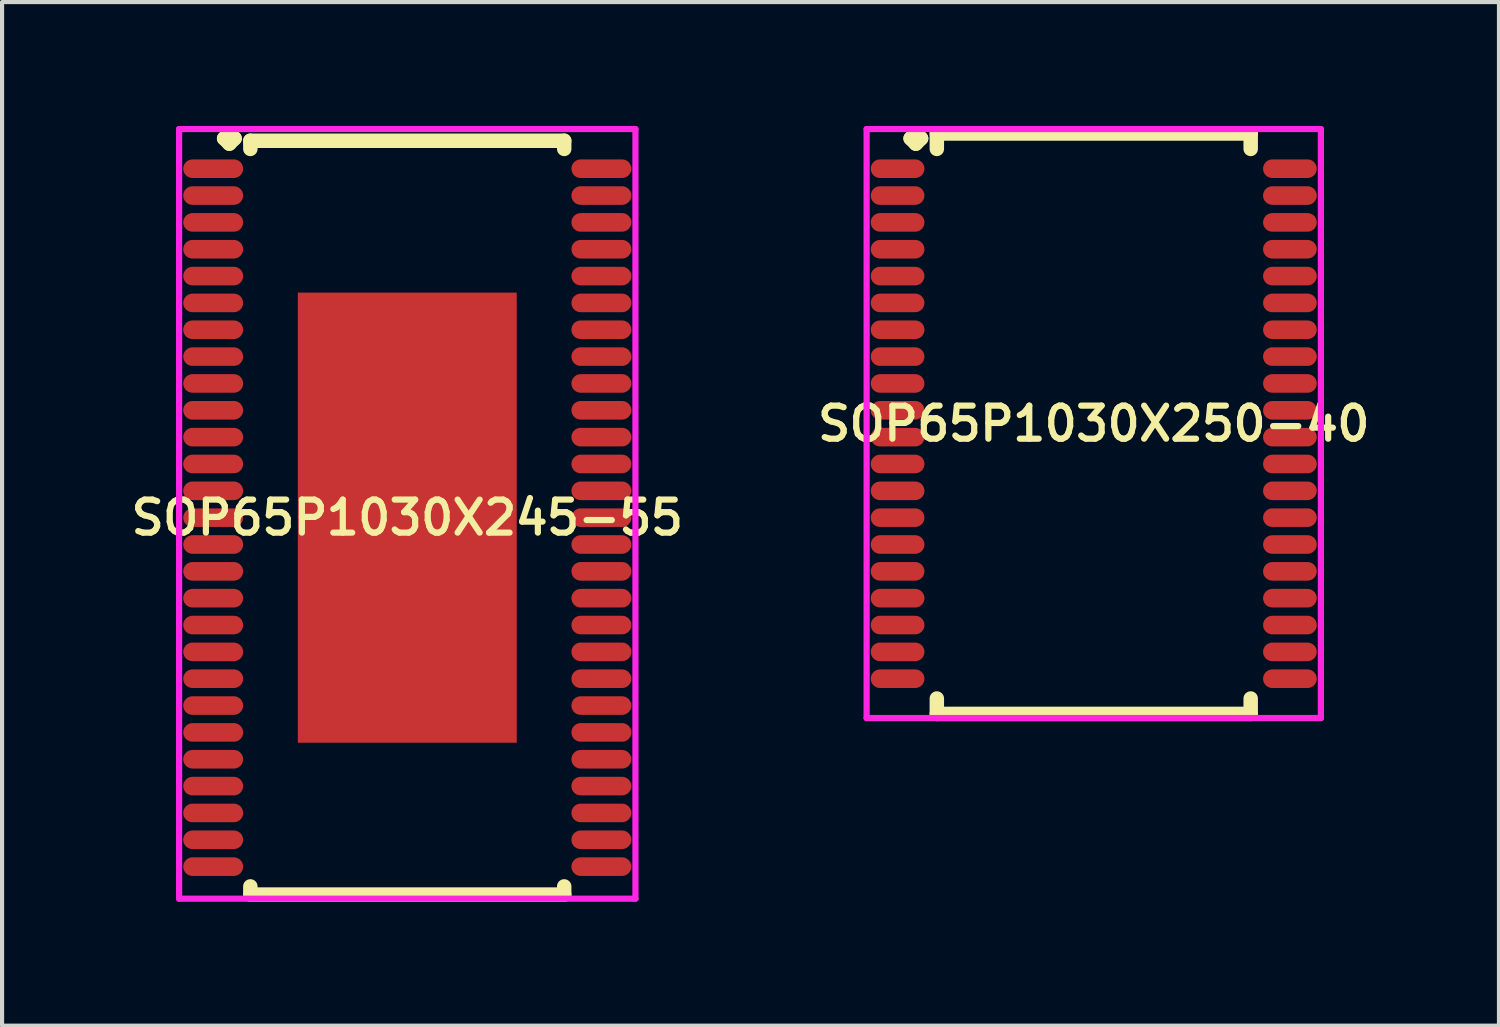
<source format=kicad_pcb>
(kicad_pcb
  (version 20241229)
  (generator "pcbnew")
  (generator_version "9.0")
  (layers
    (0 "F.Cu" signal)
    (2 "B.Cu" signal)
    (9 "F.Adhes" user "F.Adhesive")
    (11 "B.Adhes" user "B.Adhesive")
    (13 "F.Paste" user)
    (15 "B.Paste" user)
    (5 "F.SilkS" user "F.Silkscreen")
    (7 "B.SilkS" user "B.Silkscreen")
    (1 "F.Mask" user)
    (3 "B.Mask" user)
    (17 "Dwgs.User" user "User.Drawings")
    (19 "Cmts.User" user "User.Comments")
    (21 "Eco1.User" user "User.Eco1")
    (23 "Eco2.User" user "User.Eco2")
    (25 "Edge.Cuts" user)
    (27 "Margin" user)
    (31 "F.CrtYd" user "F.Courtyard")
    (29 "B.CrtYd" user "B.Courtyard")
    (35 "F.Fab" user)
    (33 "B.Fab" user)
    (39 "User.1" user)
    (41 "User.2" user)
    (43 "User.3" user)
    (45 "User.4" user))
  (footprint "SOP65P1030X245-55"
    (layer "F.Cu")
    (at 6.812 9.485)
    (property "Reference" "SOP65P1030X245-55" (at 0 0 0) (layer "F.SilkS") (effects (font (size 0.8 0.8) (thickness 0.15))))
    (attr smd)
    (fp_line (start -4.435 -9.183) (end -4.308 -9.31) (stroke (width 0.35) (type solid)) (layer "F.SilkS"))
    (fp_line (start -4.308 -9.31) (end -4.181 -9.183) (stroke (width 0.35) (type solid)) (layer "F.SilkS"))
    (fp_line (start -4.308 -9.056) (end -4.435 -9.183) (stroke (width 0.35) (type solid)) (layer "F.SilkS"))
    (fp_line (start -4.181 -9.183) (end -4.308 -9.056) (stroke (width 0.35) (type solid)) (layer "F.SilkS"))
    (fp_line (start -3.8 -9.127) (end 3.8 -9.127) (stroke (width 0.35) (type solid)) (layer "F.SilkS"))
    (fp_line (start -3.8 -8.929) (end -3.8 -9.127) (stroke (width 0.35) (type solid)) (layer "F.SilkS"))
    (fp_line (start -3.8 8.929) (end -3.8 9.127) (stroke (width 0.35) (type solid)) (layer "F.SilkS"))
    (fp_line (start -3.8 9.127) (end 3.8 9.127) (stroke (width 0.35) (type solid)) (layer "F.SilkS"))
    (fp_line (start 3.8 -9.127) (end 3.8 -8.929) (stroke (width 0.35) (type solid)) (layer "F.SilkS"))
    (fp_line (start 3.8 9.127) (end 3.8 8.929) (stroke (width 0.35) (type solid)) (layer "F.SilkS"))
    (fp_line (start -5.525 -9.41) (end 5.525 -9.41) (stroke (width 0.15) (type solid)) (layer "F.CrtYd"))
    (fp_line (start -5.525 9.227) (end -5.525 -9.41) (stroke (width 0.15) (type solid)) (layer "F.CrtYd"))
    (fp_line (start 5.525 -9.41) (end 5.525 9.227) (stroke (width 0.15) (type solid)) (layer "F.CrtYd"))
    (fp_line (start 5.525 9.227) (end -5.525 9.227) (stroke (width 0.15) (type solid)) (layer "F.CrtYd"))
    (pad "1" smd oval (at -4.7 -8.45) (size 1.45 0.45) (layers "F.Cu" "F.Mask" "F.Paste"))
    (pad "2" smd oval (at -4.7 -7.8) (size 1.45 0.45) (layers "F.Cu" "F.Mask" "F.Paste"))
    (pad "3" smd oval (at -4.7 -7.15) (size 1.45 0.45) (layers "F.Cu" "F.Mask" "F.Paste"))
    (pad "4" smd oval (at -4.7 -6.5) (size 1.45 0.45) (layers "F.Cu" "F.Mask" "F.Paste"))
    (pad "5" smd oval (at -4.7 -5.85) (size 1.45 0.45) (layers "F.Cu" "F.Mask" "F.Paste"))
    (pad "6" smd oval (at -4.7 -5.2) (size 1.45 0.45) (layers "F.Cu" "F.Mask" "F.Paste"))
    (pad "7" smd oval (at -4.7 -4.55) (size 1.45 0.45) (layers "F.Cu" "F.Mask" "F.Paste"))
    (pad "8" smd oval (at -4.7 -3.9) (size 1.45 0.45) (layers "F.Cu" "F.Mask" "F.Paste"))
    (pad "9" smd oval (at -4.7 -3.25) (size 1.45 0.45) (layers "F.Cu" "F.Mask" "F.Paste"))
    (pad "10" smd oval (at -4.7 -2.6) (size 1.45 0.45) (layers "F.Cu" "F.Mask" "F.Paste"))
    (pad "11" smd oval (at -4.7 -1.95) (size 1.45 0.45) (layers "F.Cu" "F.Mask" "F.Paste"))
    (pad "12" smd oval (at -4.7 -1.3) (size 1.45 0.45) (layers "F.Cu" "F.Mask" "F.Paste"))
    (pad "13" smd oval (at -4.7 -0.65) (size 1.45 0.45) (layers "F.Cu" "F.Mask" "F.Paste"))
    (pad "14" smd oval (at -4.7 0) (size 1.45 0.45) (layers "F.Cu" "F.Mask" "F.Paste"))
    (pad "15" smd oval (at -4.7 0.65) (size 1.45 0.45) (layers "F.Cu" "F.Mask" "F.Paste"))
    (pad "16" smd oval (at -4.7 1.3) (size 1.45 0.45) (layers "F.Cu" "F.Mask" "F.Paste"))
    (pad "17" smd oval (at -4.7 1.95) (size 1.45 0.45) (layers "F.Cu" "F.Mask" "F.Paste"))
    (pad "18" smd oval (at -4.7 2.6) (size 1.45 0.45) (layers "F.Cu" "F.Mask" "F.Paste"))
    (pad "19" smd oval (at -4.7 3.25) (size 1.45 0.45) (layers "F.Cu" "F.Mask" "F.Paste"))
    (pad "20" smd oval (at -4.7 3.9) (size 1.45 0.45) (layers "F.Cu" "F.Mask" "F.Paste"))
    (pad "21" smd oval (at -4.7 4.55) (size 1.45 0.45) (layers "F.Cu" "F.Mask" "F.Paste"))
    (pad "22" smd oval (at -4.7 5.2) (size 1.45 0.45) (layers "F.Cu" "F.Mask" "F.Paste"))
    (pad "23" smd oval (at -4.7 5.85) (size 1.45 0.45) (layers "F.Cu" "F.Mask" "F.Paste"))
    (pad "24" smd oval (at -4.7 6.5) (size 1.45 0.45) (layers "F.Cu" "F.Mask" "F.Paste"))
    (pad "25" smd oval (at -4.7 7.15) (size 1.45 0.45) (layers "F.Cu" "F.Mask" "F.Paste"))
    (pad "26" smd oval (at -4.7 7.8) (size 1.45 0.45) (layers "F.Cu" "F.Mask" "F.Paste"))
    (pad "27" smd oval (at -4.7 8.45) (size 1.45 0.45) (layers "F.Cu" "F.Mask" "F.Paste"))
    (pad "28" smd oval (at 4.7 8.45) (size 1.45 0.45) (layers "F.Cu" "F.Mask" "F.Paste"))
    (pad "29" smd oval (at 4.7 7.8) (size 1.45 0.45) (layers "F.Cu" "F.Mask" "F.Paste"))
    (pad "30" smd oval (at 4.7 7.15) (size 1.45 0.45) (layers "F.Cu" "F.Mask" "F.Paste"))
    (pad "31" smd oval (at 4.7 6.5) (size 1.45 0.45) (layers "F.Cu" "F.Mask" "F.Paste"))
    (pad "32" smd oval (at 4.7 5.85) (size 1.45 0.45) (layers "F.Cu" "F.Mask" "F.Paste"))
    (pad "33" smd oval (at 4.7 5.2) (size 1.45 0.45) (layers "F.Cu" "F.Mask" "F.Paste"))
    (pad "34" smd oval (at 4.7 4.55) (size 1.45 0.45) (layers "F.Cu" "F.Mask" "F.Paste"))
    (pad "35" smd oval (at 4.7 3.9) (size 1.45 0.45) (layers "F.Cu" "F.Mask" "F.Paste"))
    (pad "36" smd oval (at 4.7 3.25) (size 1.45 0.45) (layers "F.Cu" "F.Mask" "F.Paste"))
    (pad "37" smd oval (at 4.7 2.6) (size 1.45 0.45) (layers "F.Cu" "F.Mask" "F.Paste"))
    (pad "38" smd oval (at 4.7 1.95) (size 1.45 0.45) (layers "F.Cu" "F.Mask" "F.Paste"))
    (pad "39" smd oval (at 4.7 1.3) (size 1.45 0.45) (layers "F.Cu" "F.Mask" "F.Paste"))
    (pad "40" smd oval (at 4.7 0.65) (size 1.45 0.45) (layers "F.Cu" "F.Mask" "F.Paste"))
    (pad "41" smd oval (at 4.7 0) (size 1.45 0.45) (layers "F.Cu" "F.Mask" "F.Paste"))
    (pad "42" smd oval (at 4.7 -0.65) (size 1.45 0.45) (layers "F.Cu" "F.Mask" "F.Paste"))
    (pad "43" smd oval (at 4.7 -1.3) (size 1.45 0.45) (layers "F.Cu" "F.Mask" "F.Paste"))
    (pad "44" smd oval (at 4.7 -1.95) (size 1.45 0.45) (layers "F.Cu" "F.Mask" "F.Paste"))
    (pad "45" smd oval (at 4.7 -2.6) (size 1.45 0.45) (layers "F.Cu" "F.Mask" "F.Paste"))
    (pad "46" smd oval (at 4.7 -3.25) (size 1.45 0.45) (layers "F.Cu" "F.Mask" "F.Paste"))
    (pad "47" smd oval (at 4.7 -3.9) (size 1.45 0.45) (layers "F.Cu" "F.Mask" "F.Paste"))
    (pad "48" smd oval (at 4.7 -4.55) (size 1.45 0.45) (layers "F.Cu" "F.Mask" "F.Paste"))
    (pad "49" smd oval (at 4.7 -5.2) (size 1.45 0.45) (layers "F.Cu" "F.Mask" "F.Paste"))
    (pad "50" smd oval (at 4.7 -5.85) (size 1.45 0.45) (layers "F.Cu" "F.Mask" "F.Paste"))
    (pad "51" smd oval (at 4.7 -6.5) (size 1.45 0.45) (layers "F.Cu" "F.Mask" "F.Paste"))
    (pad "52" smd oval (at 4.7 -7.15) (size 1.45 0.45) (layers "F.Cu" "F.Mask" "F.Paste"))
    (pad "53" smd oval (at 4.7 -7.8) (size 1.45 0.45) (layers "F.Cu" "F.Mask" "F.Paste"))
    (pad "54" smd oval (at 4.7 -8.45) (size 1.45 0.45) (layers "F.Cu" "F.Mask" "F.Paste"))
    (pad "55" smd rect (at 0 0) (size 5.3 10.9) (layers "F.Cu" "F.Mask" "F.Paste")))
  (footprint "SOP65P1030X250-40"
    (layer "F.Cu")
    (at 23.435 7.21)
    (property "Reference" "SOP65P1030X250-40" (at 0 0 0) (layer "F.SilkS") (effects (font (size 0.8 0.8) (thickness 0.15))))
    (attr through_hole)
    (fp_line (start -4.435 -6.908) (end -4.308 -7.035) (stroke (width 0.35) (type solid)) (layer "F.SilkS"))
    (fp_line (start -4.308 -7.035) (end -4.181 -6.908) (stroke (width 0.35) (type solid)) (layer "F.SilkS"))
    (fp_line (start -4.308 -6.781) (end -4.435 -6.908) (stroke (width 0.35) (type solid)) (layer "F.SilkS"))
    (fp_line (start -4.181 -6.908) (end -4.308 -6.781) (stroke (width 0.35) (type solid)) (layer "F.SilkS"))
    (fp_line (start -3.8 -7.027) (end 3.8 -7.027) (stroke (width 0.35) (type solid)) (layer "F.SilkS"))
    (fp_line (start -3.8 -6.654) (end -3.8 -7.027) (stroke (width 0.35) (type solid)) (layer "F.SilkS"))
    (fp_line (start -3.8 6.654) (end -3.8 7.027) (stroke (width 0.35) (type solid)) (layer "F.SilkS"))
    (fp_line (start -3.8 7.027) (end 3.8 7.027) (stroke (width 0.35) (type solid)) (layer "F.SilkS"))
    (fp_line (start 3.8 -7.027) (end 3.8 -6.654) (stroke (width 0.35) (type solid)) (layer "F.SilkS"))
    (fp_line (start 3.8 7.027) (end 3.8 6.654) (stroke (width 0.35) (type solid)) (layer "F.SilkS"))
    (fp_line (start -5.5 -7.135) (end 5.5 -7.135) (stroke (width 0.15) (type solid)) (layer "F.CrtYd"))
    (fp_line (start -5.5 7.127) (end -5.5 -7.135) (stroke (width 0.15) (type solid)) (layer "F.CrtYd"))
    (fp_line (start 5.5 -7.135) (end 5.5 7.127) (stroke (width 0.15) (type solid)) (layer "F.CrtYd"))
    (fp_line (start 5.5 7.127) (end -5.5 7.127) (stroke (width 0.15) (type solid)) (layer "F.CrtYd"))
    (pad "1" smd oval (at -4.75 -6.175) (size 1.3 0.45) (layers "F.Cu" "F.Mask" "F.Paste"))
    (pad "2" smd oval (at -4.75 -5.525) (size 1.3 0.45) (layers "F.Cu" "F.Mask" "F.Paste"))
    (pad "3" smd oval (at -4.75 -4.875) (size 1.3 0.45) (layers "F.Cu" "F.Mask" "F.Paste"))
    (pad "4" smd oval (at -4.75 -4.225) (size 1.3 0.45) (layers "F.Cu" "F.Mask" "F.Paste"))
    (pad "5" smd oval (at -4.75 -3.575) (size 1.3 0.45) (layers "F.Cu" "F.Mask" "F.Paste"))
    (pad "6" smd oval (at -4.75 -2.925) (size 1.3 0.45) (layers "F.Cu" "F.Mask" "F.Paste"))
    (pad "7" smd oval (at -4.75 -2.275) (size 1.3 0.45) (layers "F.Cu" "F.Mask" "F.Paste"))
    (pad "8" smd oval (at -4.75 -1.625) (size 1.3 0.45) (layers "F.Cu" "F.Mask" "F.Paste"))
    (pad "9" smd oval (at -4.75 -0.975) (size 1.3 0.45) (layers "F.Cu" "F.Mask" "F.Paste"))
    (pad "10" smd oval (at -4.75 -0.325) (size 1.3 0.45) (layers "F.Cu" "F.Mask" "F.Paste"))
    (pad "11" smd oval (at -4.75 0.325) (size 1.3 0.45) (layers "F.Cu" "F.Mask" "F.Paste"))
    (pad "12" smd oval (at -4.75 0.975) (size 1.3 0.45) (layers "F.Cu" "F.Mask" "F.Paste"))
    (pad "13" smd oval (at -4.75 1.625) (size 1.3 0.45) (layers "F.Cu" "F.Mask" "F.Paste"))
    (pad "14" smd oval (at -4.75 2.275) (size 1.3 0.45) (layers "F.Cu" "F.Mask" "F.Paste"))
    (pad "15" smd oval (at -4.75 2.925) (size 1.3 0.45) (layers "F.Cu" "F.Mask" "F.Paste"))
    (pad "16" smd oval (at -4.75 3.575) (size 1.3 0.45) (layers "F.Cu" "F.Mask" "F.Paste"))
    (pad "17" smd oval (at -4.75 4.225) (size 1.3 0.45) (layers "F.Cu" "F.Mask" "F.Paste"))
    (pad "18" smd oval (at -4.75 4.875) (size 1.3 0.45) (layers "F.Cu" "F.Mask" "F.Paste"))
    (pad "19" smd oval (at -4.75 5.525) (size 1.3 0.45) (layers "F.Cu" "F.Mask" "F.Paste"))
    (pad "20" smd oval (at -4.75 6.175) (size 1.3 0.45) (layers "F.Cu" "F.Mask" "F.Paste"))
    (pad "21" smd oval (at 4.75 6.175) (size 1.3 0.45) (layers "F.Cu" "F.Mask" "F.Paste"))
    (pad "22" smd oval (at 4.75 5.525) (size 1.3 0.45) (layers "F.Cu" "F.Mask" "F.Paste"))
    (pad "23" smd oval (at 4.75 4.875) (size 1.3 0.45) (layers "F.Cu" "F.Mask" "F.Paste"))
    (pad "24" smd oval (at 4.75 4.225) (size 1.3 0.45) (layers "F.Cu" "F.Mask" "F.Paste"))
    (pad "25" smd oval (at 4.75 3.575) (size 1.3 0.45) (layers "F.Cu" "F.Mask" "F.Paste"))
    (pad "26" smd oval (at 4.75 2.925) (size 1.3 0.45) (layers "F.Cu" "F.Mask" "F.Paste"))
    (pad "27" smd oval (at 4.75 2.275) (size 1.3 0.45) (layers "F.Cu" "F.Mask" "F.Paste"))
    (pad "28" smd oval (at 4.75 1.625) (size 1.3 0.45) (layers "F.Cu" "F.Mask" "F.Paste"))
    (pad "29" smd oval (at 4.75 0.975) (size 1.3 0.45) (layers "F.Cu" "F.Mask" "F.Paste"))
    (pad "30" smd oval (at 4.75 0.325) (size 1.3 0.45) (layers "F.Cu" "F.Mask" "F.Paste"))
    (pad "31" smd oval (at 4.75 -0.325) (size 1.3 0.45) (layers "F.Cu" "F.Mask" "F.Paste"))
    (pad "32" smd oval (at 4.75 -0.975) (size 1.3 0.45) (layers "F.Cu" "F.Mask" "F.Paste"))
    (pad "33" smd oval (at 4.75 -1.625) (size 1.3 0.45) (layers "F.Cu" "F.Mask" "F.Paste"))
    (pad "34" smd oval (at 4.75 -2.275) (size 1.3 0.45) (layers "F.Cu" "F.Mask" "F.Paste"))
    (pad "35" smd oval (at 4.75 -2.925) (size 1.3 0.45) (layers "F.Cu" "F.Mask" "F.Paste"))
    (pad "36" smd oval (at 4.75 -3.575) (size 1.3 0.45) (layers "F.Cu" "F.Mask" "F.Paste"))
    (pad "37" smd oval (at 4.75 -4.225) (size 1.3 0.45) (layers "F.Cu" "F.Mask" "F.Paste"))
    (pad "38" smd oval (at 4.75 -4.875) (size 1.3 0.45) (layers "F.Cu" "F.Mask" "F.Paste"))
    (pad "39" smd oval (at 4.75 -5.525) (size 1.3 0.45) (layers "F.Cu" "F.Mask" "F.Paste"))
    (pad "40" smd oval (at 4.75 -6.175) (size 1.3 0.45) (layers "F.Cu" "F.Mask" "F.Paste")))
  (gr_rect
    (start -3 -3)
    (end 33.247 21.787)
    (stroke (width 0.1) (type default))
    (fill no)
    (layer "Edge.Cuts")))
</source>
